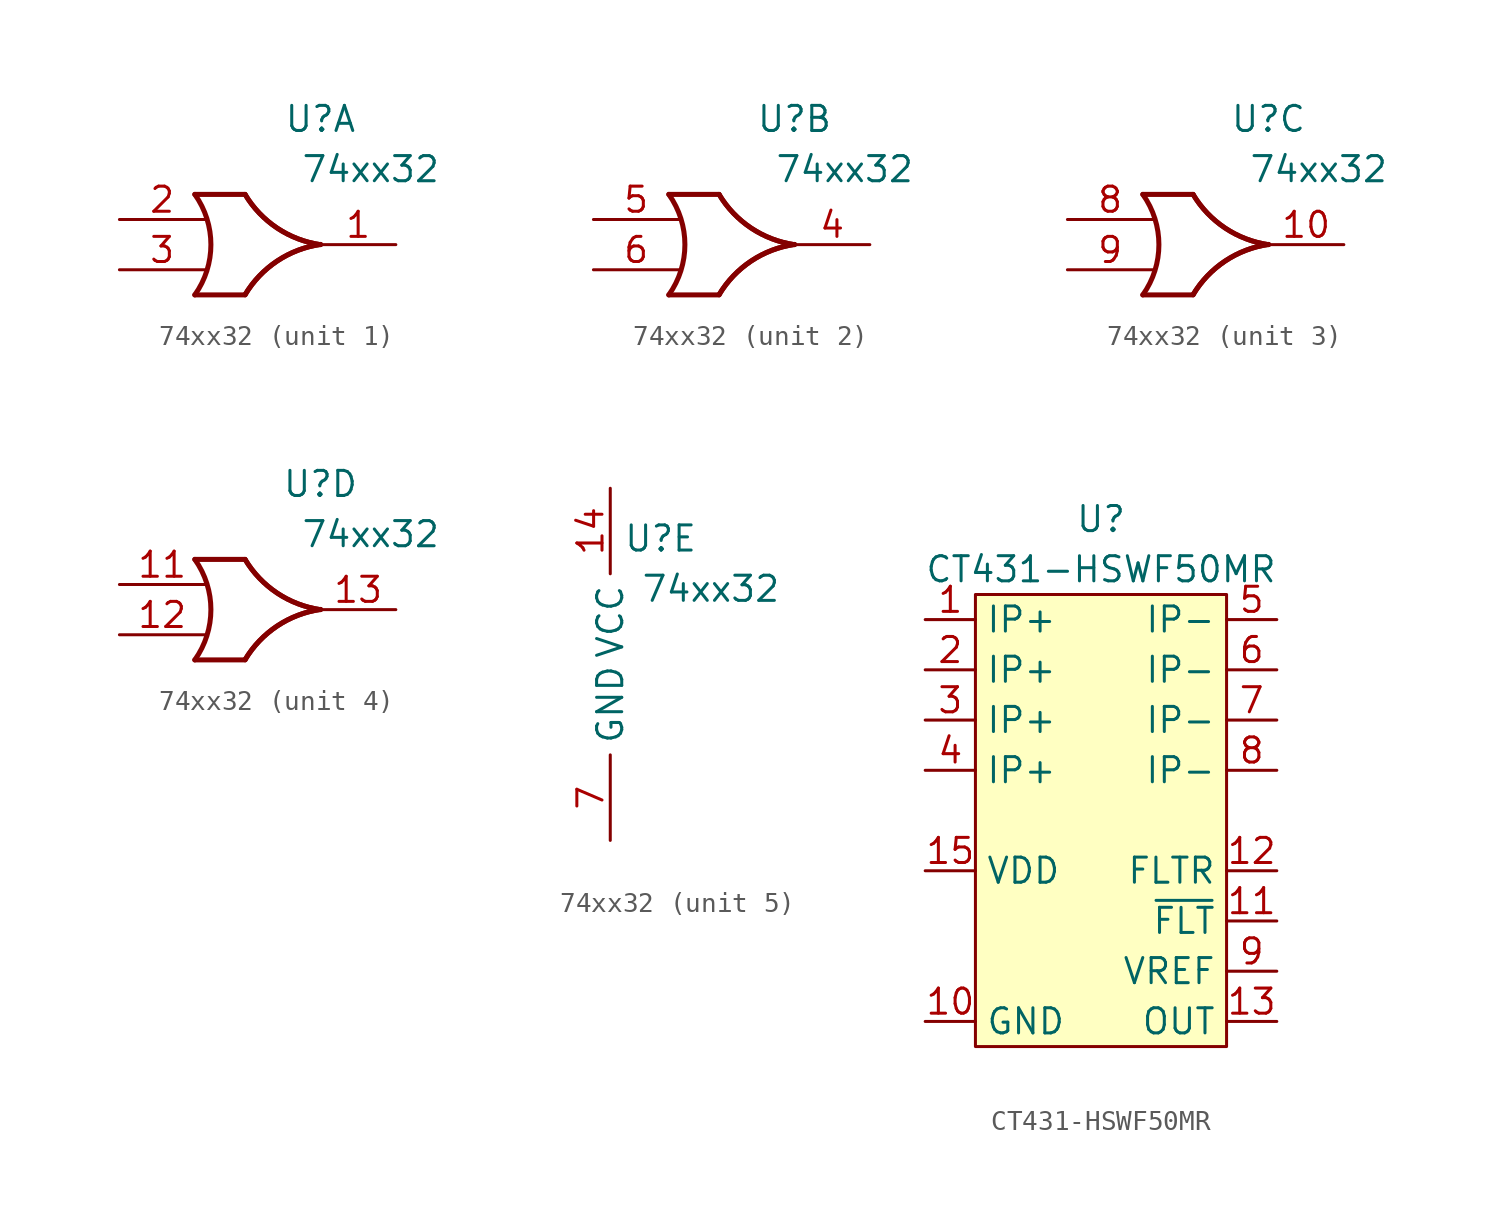
<source format=kicad_sym>
(kicad_symbol_lib
  (version 20211014)
  (generator kicad_symbol_editor)
  (symbol "74xx32"
    (property "Reference" "U"
      (at 2.54 6.35 0)
      (effects (font (size 1.27 1.27))))
    (property "Value" "74xx32"
      (at 5.08 3.81 0)
      (effects (font (size 1.27 1.27))))
    (symbol "74xx32_1_1"
      (arc (start -3.81 -2.54) (mid -2.9969 0) (end -3.81 2.54) (stroke (width 0.254) (type default) (color 0 0 0 0)) (fill (type none)))
      (arc (start -1.27 2.54) (mid -4.9882 -7.1648) (end 2.54 0) (stroke (width 0.25) (type default) (color 0 0 0 0)) (fill (type none)))
      (arc (start -1.27 2.54) (mid -4.9882 -7.1648) (end 2.54 0) (stroke (width 0.25) (type default) (color 0 0 0 0)) (fill (type none)))
      (polyline (pts (xy -3.81 -2.54) (xy -1.27 -2.54)) (stroke (width 0.254) (type default) (color 0 0 0 0)) (fill (type background)))
      (polyline (pts (xy -3.81 2.54) (xy -1.27 2.54)) (stroke (width 0.254) (type default) (color 0 0 0 0)) (fill (type background)))
      (arc (start 2.5412 0.0109) (mid -4.987 7.1757) (end -1.2688 -2.5291) (stroke (width 0.254) (type default) (color 0 0 0 0)) (fill (type none)))
      (arc (start 2.5412 0.0109) (mid -4.987 7.1757) (end -1.2688 -2.5291) (stroke (width 0.254) (type default) (color 0 0 0 0)) (fill (type none)))
      (pin output line (at 6.35 0 180) (length 3.81) (name "~" (effects (font (size 1.27 1.27)))) (number "1" (effects (font (size 1.27 1.27)))))
      (pin input line (at -7.62 1.27 0) (length 4.318) (name "~" (effects (font (size 1.27 1.27)))) (number "2" (effects (font (size 1.27 1.27)))))
      (pin input line (at -7.62 -1.27 0) (length 4.318) (name "~" (effects (font (size 1.27 1.27)))) (number "3" (effects (font (size 1.27 1.27))))))
    (symbol "74xx32_2_1"
      (arc (start -3.81 -2.54) (mid -2.9969 0) (end -3.81 2.54) (stroke (width 0.254) (type default) (color 0 0 0 0)) (fill (type none)))
      (arc (start -1.27 2.54) (mid -4.9882 -7.1648) (end 2.54 0) (stroke (width 0.25) (type default) (color 0 0 0 0)) (fill (type none)))
      (arc (start -1.27 2.54) (mid -4.9882 -7.1648) (end 2.54 0) (stroke (width 0.25) (type default) (color 0 0 0 0)) (fill (type none)))
      (polyline (pts (xy -3.81 -2.54) (xy -1.27 -2.54)) (stroke (width 0.254) (type default) (color 0 0 0 0)) (fill (type background)))
      (polyline (pts (xy -3.81 2.54) (xy -1.27 2.54)) (stroke (width 0.254) (type default) (color 0 0 0 0)) (fill (type background)))
      (arc (start 2.5412 0.0109) (mid -4.987 7.1757) (end -1.2688 -2.5291) (stroke (width 0.254) (type default) (color 0 0 0 0)) (fill (type none)))
      (arc (start 2.5412 0.0109) (mid -4.987 7.1757) (end -1.2688 -2.5291) (stroke (width 0.254) (type default) (color 0 0 0 0)) (fill (type none)))
      (pin output line (at 6.35 0 180) (length 3.81) (name "~" (effects (font (size 1.27 1.27)))) (number "4" (effects (font (size 1.27 1.27)))))
      (pin input line (at -7.62 1.27 0) (length 4.318) (name "~" (effects (font (size 1.27 1.27)))) (number "5" (effects (font (size 1.27 1.27)))))
      (pin input line (at -7.62 -1.27 0) (length 4.318) (name "~" (effects (font (size 1.27 1.27)))) (number "6" (effects (font (size 1.27 1.27))))))
    (symbol "74xx32_3_1"
      (arc (start -3.81 -2.54) (mid -2.9969 0) (end -3.81 2.54) (stroke (width 0.254) (type default) (color 0 0 0 0)) (fill (type none)))
      (arc (start -1.27 2.54) (mid -4.9882 -7.1648) (end 2.54 0) (stroke (width 0.25) (type default) (color 0 0 0 0)) (fill (type none)))
      (arc (start -1.27 2.54) (mid -4.9882 -7.1648) (end 2.54 0) (stroke (width 0.25) (type default) (color 0 0 0 0)) (fill (type none)))
      (polyline (pts (xy -3.81 -2.54) (xy -1.27 -2.54)) (stroke (width 0.254) (type default) (color 0 0 0 0)) (fill (type background)))
      (polyline (pts (xy -3.81 2.54) (xy -1.27 2.54)) (stroke (width 0.254) (type default) (color 0 0 0 0)) (fill (type background)))
      (arc (start 2.5412 0.0109) (mid -4.987 7.1757) (end -1.2688 -2.5291) (stroke (width 0.254) (type default) (color 0 0 0 0)) (fill (type none)))
      (arc (start 2.5412 0.0109) (mid -4.987 7.1757) (end -1.2688 -2.5291) (stroke (width 0.254) (type default) (color 0 0 0 0)) (fill (type none)))
      (pin output line (at 6.35 0 180) (length 3.81) (name "~" (effects (font (size 1.27 1.27)))) (number "10" (effects (font (size 1.27 1.27)))))
      (pin input line (at -7.62 1.27 0) (length 4.318) (name "~" (effects (font (size 1.27 1.27)))) (number "8" (effects (font (size 1.27 1.27)))))
      (pin input line (at -7.62 -1.27 0) (length 4.318) (name "~" (effects (font (size 1.27 1.27)))) (number "9" (effects (font (size 1.27 1.27))))))
    (symbol "74xx32_4_1"
      (arc (start -3.81 -2.54) (mid -2.9969 0) (end -3.81 2.54) (stroke (width 0.254) (type default) (color 0 0 0 0)) (fill (type none)))
      (arc (start -1.27 2.54) (mid -4.9882 -7.1648) (end 2.54 0) (stroke (width 0.25) (type default) (color 0 0 0 0)) (fill (type none)))
      (arc (start -1.27 2.54) (mid -4.9882 -7.1648) (end 2.54 0) (stroke (width 0.25) (type default) (color 0 0 0 0)) (fill (type none)))
      (polyline (pts (xy -3.81 -2.54) (xy -1.27 -2.54)) (stroke (width 0.254) (type default) (color 0 0 0 0)) (fill (type background)))
      (polyline (pts (xy -3.81 2.54) (xy -1.27 2.54)) (stroke (width 0.254) (type default) (color 0 0 0 0)) (fill (type background)))
      (arc (start 2.5412 0.0109) (mid -4.987 7.1757) (end -1.2688 -2.5291) (stroke (width 0.254) (type default) (color 0 0 0 0)) (fill (type none)))
      (arc (start 2.5412 0.0109) (mid -4.987 7.1757) (end -1.2688 -2.5291) (stroke (width 0.254) (type default) (color 0 0 0 0)) (fill (type none)))
      (pin input line (at -7.62 1.27 0) (length 4.318) (name "~" (effects (font (size 1.27 1.27)))) (number "11" (effects (font (size 1.27 1.27)))))
      (pin input line (at -7.62 -1.27 0) (length 4.318) (name "~" (effects (font (size 1.27 1.27)))) (number "12" (effects (font (size 1.27 1.27)))))
      (pin output line (at 6.35 0 180) (length 3.81) (name "~" (effects (font (size 1.27 1.27)))) (number "13" (effects (font (size 1.27 1.27))))))
    (symbol "74xx32_5_1"
      (pin input line (at 0 8.89 270) (length 4.318) (name "VCC" (effects (font (size 1.27 1.27)))) (number "14" (effects (font (size 1.27 1.27)))))
      (pin input line (at 0 -8.89 90) (length 4.318) (name "GND" (effects (font (size 1.27 1.27)))) (number "7" (effects (font (size 1.27 1.27)))))))
  (symbol "CT431-HSWF50MR"
    (property "Reference" "U"
      (at 0 15.24 0)
      (effects (font (size 1.27 1.27))))
    (property "Value" "CT431-HSWF50MR"
      (at 0 12.7 0)
      (effects (font (size 1.27 1.27))))
    (symbol "CT431-HSWF50MR_0_1"
      (rectangle (start -6.35 11.43) (end 6.35 -11.43) (stroke (width 0.152) (type default) (color 0 0 0 0)) (fill (type background))))
    (symbol "CT431-HSWF50MR_1_1"
      (pin input line (at -8.89 10.16 0) (length 2.54) (name "IP+" (effects (font (size 1.27 1.27)))) (number "1" (effects (font (size 1.27 1.27)))))
      (pin power_in line (at -8.89 -10.16 0) (length 2.54) (name "GND" (effects (font (size 1.27 1.27)))) (number "10" (effects (font (size 1.27 1.27)))))
      (pin open_collector line (at 8.89 -5.08 180) (length 2.54) (name "~{FLT}" (effects (font (size 1.27 1.27)))) (number "11" (effects (font (size 1.27 1.27)))))
      (pin input line (at 8.89 -2.54 180) (length 2.54) (name "FLTR" (effects (font (size 1.27 1.27)))) (number "12" (effects (font (size 1.27 1.27)))))
      (pin output line (at 8.89 -10.16 180) (length 2.54) (name "OUT" (effects (font (size 1.27 1.27)))) (number "13" (effects (font (size 1.27 1.27)))))
      (pin no_connect line (at -8.89 0 0) (length 2.54) hide (name "NC" (effects (font (size 1.27 1.27)))) (number "14" (effects (font (size 1.27 1.27)))))
      (pin power_in line (at -8.89 -2.54 0) (length 2.54) (name "VDD" (effects (font (size 1.27 1.27)))) (number "15" (effects (font (size 1.27 1.27)))))
      (pin no_connect line (at -8.89 -5.08 0) (length 2.54) hide (name "NC" (effects (font (size 1.27 1.27)))) (number "16" (effects (font (size 1.27 1.27)))))
      (pin input line (at -8.89 7.62 0) (length 2.54) (name "IP+" (effects (font (size 1.27 1.27)))) (number "2" (effects (font (size 1.27 1.27)))))
      (pin input line (at -8.89 5.08 0) (length 2.54) (name "IP+" (effects (font (size 1.27 1.27)))) (number "3" (effects (font (size 1.27 1.27)))))
      (pin input line (at -8.89 2.54 0) (length 2.54) (name "IP+" (effects (font (size 1.27 1.27)))) (number "4" (effects (font (size 1.27 1.27)))))
      (pin input line (at 8.89 10.16 180) (length 2.54) (name "IP-" (effects (font (size 1.27 1.27)))) (number "5" (effects (font (size 1.27 1.27)))))
      (pin input line (at 8.89 7.62 180) (length 2.54) (name "IP-" (effects (font (size 1.27 1.27)))) (number "6" (effects (font (size 1.27 1.27)))))
      (pin input line (at 8.89 5.08 180) (length 2.54) (name "IP-" (effects (font (size 1.27 1.27)))) (number "7" (effects (font (size 1.27 1.27)))))
      (pin input line (at 8.89 2.54 180) (length 2.54) (name "IP-" (effects (font (size 1.27 1.27)))) (number "8" (effects (font (size 1.27 1.27)))))
      (pin power_out line (at 8.89 -7.62 180) (length 2.54) (name "VREF" (effects (font (size 1.27 1.27)))) (number "9" (effects (font (size 1.27 1.27))))))))
</source>
